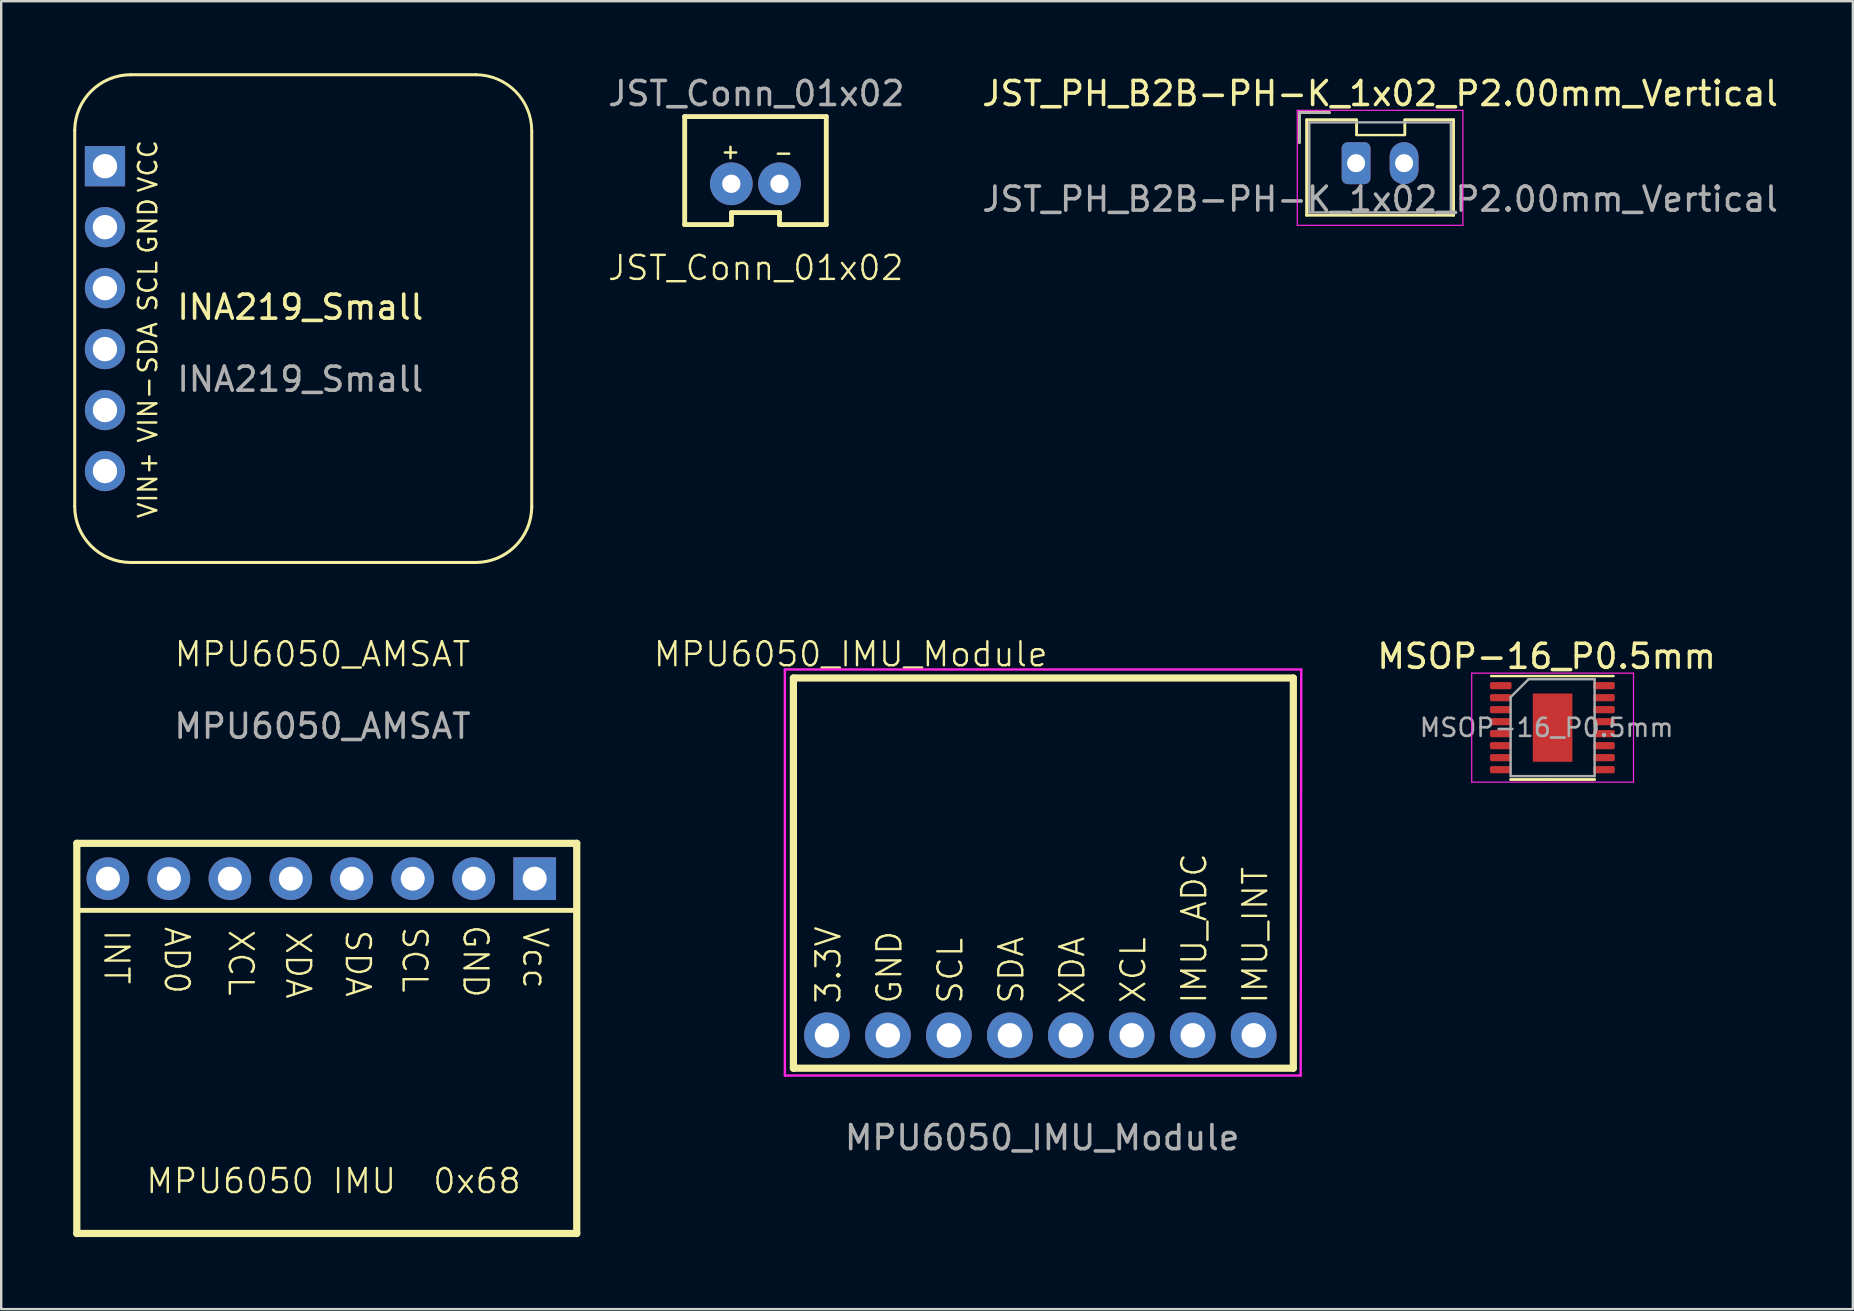
<source format=kicad_pcb>
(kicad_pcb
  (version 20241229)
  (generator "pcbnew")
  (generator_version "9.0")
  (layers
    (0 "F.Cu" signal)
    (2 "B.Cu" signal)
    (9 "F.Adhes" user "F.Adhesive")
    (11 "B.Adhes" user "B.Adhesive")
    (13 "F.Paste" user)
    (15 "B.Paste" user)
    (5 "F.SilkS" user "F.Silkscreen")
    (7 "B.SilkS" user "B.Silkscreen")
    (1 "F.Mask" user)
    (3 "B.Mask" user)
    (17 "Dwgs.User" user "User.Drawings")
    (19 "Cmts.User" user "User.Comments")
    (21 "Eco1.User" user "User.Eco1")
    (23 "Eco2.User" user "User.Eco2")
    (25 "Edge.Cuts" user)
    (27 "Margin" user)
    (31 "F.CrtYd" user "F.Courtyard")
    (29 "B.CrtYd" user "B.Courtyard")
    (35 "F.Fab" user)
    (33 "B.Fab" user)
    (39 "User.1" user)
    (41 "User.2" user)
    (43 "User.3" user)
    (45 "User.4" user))
  (footprint "JST_Conn_01x02"
    (layer "F.Cu")
    (at 28.434 4.607)
    (property "Reference" "JST_Conn_01x02" (at 0 3.505 0) (unlocked yes) (layer "F.SilkS") (effects (font (size 1 1) (thickness 0.1))))
    (attr through_hole)
    (fp_line (start -2.959 -2.8) (end 2.941 -2.8) (stroke (width 0.203) (type solid)) (layer "F.SilkS"))
    (fp_line (start -2.959 1.7) (end -2.959 -2.8) (stroke (width 0.203) (type solid)) (layer "F.SilkS"))
    (fp_line (start -1.288 -1.304) (end -0.814 -1.304) (stroke (width 0.102) (type solid)) (layer "F.SilkS"))
    (fp_line (start -1.051 -1.541) (end -1.051 -1.067) (stroke (width 0.102) (type solid)) (layer "F.SilkS"))
    (fp_line (start -1.009 1.2) (end -1.009 1.7) (stroke (width 0.203) (type solid)) (layer "F.SilkS"))
    (fp_line (start -1.009 1.7) (end -2.959 1.7) (stroke (width 0.203) (type solid)) (layer "F.SilkS"))
    (fp_line (start 0.922 -1.253) (end 1.396 -1.253) (stroke (width 0.102) (type solid)) (layer "F.SilkS"))
    (fp_line (start 0.991 1.2) (end -1.009 1.2) (stroke (width 0.203) (type solid)) (layer "F.SilkS"))
    (fp_line (start 0.991 1.7) (end 0.991 1.2) (stroke (width 0.203) (type solid)) (layer "F.SilkS"))
    (fp_line (start 2.941 -2.8) (end 2.941 1.7) (stroke (width 0.203) (type solid)) (layer "F.SilkS"))
    (fp_line (start 2.941 1.7) (end 0.991 1.7) (stroke (width 0.203) (type solid)) (layer "F.SilkS"))
    (fp_text user "${REFERENCE}" (at 0.025 -3.759 0) (unlocked yes) (layer "F.Fab") (effects (font (size 1 1) (thickness 0.15))))
    (pad "1" thru_hole circle (at -1.016 0) (size 1.778 1.778) (drill 0.762) (layers "*.Cu" "*.Mask"))
    (pad "2" thru_hole circle (at 0.991 0) (size 1.778 1.778) (drill 0.762) (layers "*.Cu" "*.Mask")))
  (footprint "INA219_Small"
    (layer "F.Cu")
    (at 9.461 10.249)
    (property "Reference" "INA219_Small" (at 0 -0.5 0) (unlocked yes) (layer "F.SilkS") (effects (font (size 1 1) (thickness 0.15))))
    (attr through_hole)
    (fp_line (start -9.398 -7.874) (end -9.398 7.798) (stroke (width 0.127) (type solid)) (layer "F.SilkS"))
    (fp_line (start -7.086 10.135) (end 7.306 10.135) (stroke (width 0.127) (type solid)) (layer "F.SilkS"))
    (fp_line (start 7.33 -10.185) (end -7.061 -10.185) (stroke (width 0.127) (type solid)) (layer "F.SilkS"))
    (fp_line (start 9.642 7.849) (end 9.642 -7.849) (stroke (width 0.127) (type solid)) (layer "F.SilkS"))
    (fp_arc (start -9.398 -7.873862) (mid -8.70466 -9.509883) (end -7.0612 -10.1854) (stroke (width 0.127) (type solid)) (layer "F.SilkS"))
    (fp_arc (start -7.086462 10.1346) (mid -8.722483 9.44126) (end -9.398 7.7978) (stroke (width 0.127) (type solid)) (layer "F.SilkS"))
    (fp_arc (start 7.330179 -10.1854) (mid 8.9662 -9.49206) (end 9.641717 -7.8486) (stroke (width 0.12) (type solid)) (layer "F.SilkS"))
    (fp_arc (start 9.642475 7.823062) (mid 8.949135 9.459083) (end 7.305675 10.1346) (stroke (width 0.127) (type solid)) (layer "F.SilkS"))
    (fp_text user "VIN-" (at -6.35 3.759 90) (unlocked yes) (layer "F.SilkS") (effects (font (size 0.762 0.762) (thickness 0.102))))
    (fp_text user "SCL" (at -6.35 -1.372 90) (unlocked yes) (layer "F.SilkS") (effects (font (size 0.762 0.762) (thickness 0.102))))
    (fp_text user "GND" (at -6.35 -3.886 90) (unlocked yes) (layer "F.SilkS") (effects (font (size 0.762 0.762) (thickness 0.102))))
    (fp_text user "VIN+" (at -6.35 6.909 90) (unlocked yes) (layer "F.SilkS") (effects (font (size 0.762 0.762) (thickness 0.102))))
    (fp_text user "VCC" (at -6.35 -6.375 90) (unlocked yes) (layer "F.SilkS") (effects (font (size 0.762 0.762) (thickness 0.102))))
    (fp_text user "SDA" (at -6.35 1.194 90) (unlocked yes) (layer "F.SilkS") (effects (font (size 0.762 0.762) (thickness 0.102))))
    (fp_text user "${REFERENCE}" (at 0 2.5 0) (unlocked yes) (layer "F.Fab") (effects (font (size 1 1) (thickness 0.15))))
    (pad "1" thru_hole rect (at -8.138 -6.375) (size 1.676 1.676) (drill 1.016) (layers "*.Cu" "*.Mask"))
    (pad "2" thru_hole circle (at -8.138 -3.835) (size 1.676 1.676) (drill 1.016) (layers "*.Cu" "*.Mask"))
    (pad "3" thru_hole circle (at -8.138 -1.295) (size 1.676 1.676) (drill 1.016) (layers "*.Cu" "*.Mask"))
    (pad "4" thru_hole circle (at -8.138 1.245) (size 1.676 1.676) (drill 1.016) (layers "*.Cu" "*.Mask"))
    (pad "5" thru_hole circle (at -8.138 3.785) (size 1.676 1.676) (drill 1.016) (layers "*.Cu" "*.Mask"))
    (pad "6" thru_hole circle (at -8.138 6.325) (size 1.676 1.676) (drill 1.016) (layers "*.Cu" "*.Mask")))
  (footprint "MPU6050_AMSAT"
    (layer "F.Cu")
    (at 10.361 33.532)
    (property "Reference" "MPU6050_AMSAT" (at 0.025 -9.325 0) (unlocked yes) (layer "F.SilkS") (effects (font (size 1 1) (thickness 0.1))))
    (attr through_hole)
    (fp_line (start -10.211 -1.448) (end -10.211 14.808) (stroke (width 0.3) (type solid)) (layer "F.SilkS"))
    (fp_line (start -10.211 14.808) (end 10.617 14.808) (stroke (width 0.3) (type solid)) (layer "F.SilkS"))
    (fp_line (start 10.617 -1.448) (end -10.211 -1.448) (stroke (width 0.3) (type solid)) (layer "F.SilkS"))
    (fp_line (start 10.617 14.808) (end 10.617 -1.448) (stroke (width 0.3) (type solid)) (layer "F.SilkS"))
    (fp_line (start 10.643 1.346) (end -10.16 1.346) (stroke (width 0.203) (type solid)) (layer "F.SilkS"))
    (fp_text user "SDA" (at 0.914 2.083 270) (unlocked yes) (layer "F.SilkS") (effects (font (size 1 1) (thickness 0.1)) (justify left bottom)))
    (fp_text user "XCL" (at -3.962 2.083 270) (unlocked yes) (layer "F.SilkS") (effects (font (size 1 1) (thickness 0.1)) (justify left bottom)))
    (fp_text user "INT" (at -9.144 2.083 270) (unlocked yes) (layer "F.SilkS") (effects (font (size 1 1) (thickness 0.1)) (justify left bottom)))
    (fp_text user "MPU6050 IMU  0x68" (at -7.391 13.208 0) (unlocked yes) (layer "F.SilkS") (effects (font (size 1 1) (thickness 0.1)) (justify left bottom)))
    (fp_text user "SCL" (at 3.277 1.956 270) (unlocked yes) (layer "F.SilkS") (effects (font (size 1 1) (thickness 0.1)) (justify left bottom)))
    (fp_text user "GND" (at 5.817 1.88 270) (unlocked yes) (layer "F.SilkS") (effects (font (size 1 1) (thickness 0.1)) (justify left bottom)))
    (fp_text user "AD0" (at -6.629 1.956 270) (unlocked yes) (layer "F.SilkS") (effects (font (size 1 1) (thickness 0.1)) (justify left bottom)))
    (fp_text user "Vcc" (at 8.306 1.981 270) (unlocked yes) (layer "F.SilkS") (effects (font (size 1 1) (thickness 0.1)) (justify left bottom)))
    (fp_text user "XDA" (at -1.575 2.159 270) (unlocked yes) (layer "F.SilkS") (effects (font (size 1 1) (thickness 0.1)) (justify left bottom)))
    (fp_text user "${REFERENCE}" (at 0.025 -6.325 0) (unlocked yes) (layer "F.Fab") (effects (font (size 1 1) (thickness 0.15))))
    (pad "1" thru_hole rect (at 8.865 0.025) (size 1.778 1.778) (drill 1) (layers "*.Cu" "*.Mask"))
    (pad "2" thru_hole circle (at 6.325 0.025) (size 1.778 1.778) (drill 1) (layers "*.Cu" "*.Mask"))
    (pad "3" thru_hole circle (at 3.785 0.025) (size 1.778 1.778) (drill 1) (layers "*.Cu" "*.Mask"))
    (pad "4" thru_hole circle (at 1.245 0.025) (size 1.778 1.778) (drill 1) (layers "*.Cu" "*.Mask"))
    (pad "5" thru_hole circle (at -1.295 0.025) (size 1.778 1.778) (drill 1) (layers "*.Cu" "*.Mask"))
    (pad "6" thru_hole circle (at -3.835 0.025) (size 1.778 1.778) (drill 1) (layers "*.Cu" "*.Mask"))
    (pad "7" thru_hole circle (at -6.375 0.025) (size 1.778 1.778) (drill 1) (layers "*.Cu" "*.Mask"))
    (pad "8" thru_hole circle (at -8.915 0.025) (size 1.778 1.778) (drill 1) (layers "*.Cu" "*.Mask")))
  (footprint "MPU6050_IMU_Module"
    (layer "F.Cu")
    (at 40.292 33.402)
    (property "Reference" "MPU6050_IMU_Module" (at -7.899 -9.195 0) (unlocked yes) (layer "F.SilkS") (effects (font (size 1 1) (thickness 0.1))))
    (attr through_hole)
    (fp_line (start -10.287 -8.204) (end -10.287 8.052) (stroke (width 0.3) (type solid)) (layer "F.SilkS"))
    (fp_line (start -10.287 8.052) (end 10.541 8.052) (stroke (width 0.3) (type solid)) (layer "F.SilkS"))
    (fp_line (start 10.541 -8.204) (end -10.287 -8.204) (stroke (width 0.3) (type solid)) (layer "F.SilkS"))
    (fp_line (start 10.541 8.052) (end 10.541 -8.204) (stroke (width 0.3) (type solid)) (layer "F.SilkS"))
    (fp_line (start -10.643 -8.56) (end 10.871 -8.56) (stroke (width 0.1) (type default)) (layer "F.CrtYd"))
    (fp_line (start -10.643 8.357) (end -10.643 -8.56) (stroke (width 0.1) (type default)) (layer "F.CrtYd"))
    (fp_line (start 10.846 8.357) (end -10.643 8.357) (stroke (width 0.1) (type default)) (layer "F.CrtYd"))
    (fp_line (start 10.871 -8.56) (end 10.846 8.357) (stroke (width 0.1) (type default)) (layer "F.CrtYd"))
    (fp_text user "IMU_ADC" (at 6.995 5.436 90) (unlocked yes) (layer "F.SilkS") (effects (font (size 1 1) (thickness 0.1)) (justify left bottom)))
    (fp_text user "SDA" (at -0.625 5.436 90) (unlocked yes) (layer "F.SilkS") (effects (font (size 1 1) (thickness 0.1)) (justify left bottom)))
    (fp_text user "XDA" (at 1.915 5.436 90) (unlocked yes) (layer "F.SilkS") (effects (font (size 1 1) (thickness 0.1)) (justify left bottom)))
    (fp_text user "XCL" (at 4.455 5.41 90) (unlocked yes) (layer "F.SilkS") (effects (font (size 1 1) (thickness 0.1)) (justify left bottom)))
    (fp_text user "GND" (at -5.705 5.436 90) (unlocked yes) (layer "F.SilkS") (effects (font (size 1 1) (thickness 0.1)) (justify left bottom)))
    (fp_text user "SCL" (at -3.165 5.436 90) (unlocked yes) (layer "F.SilkS") (effects (font (size 1 1) (thickness 0.1)) (justify left bottom)))
    (fp_text user "IMU_INT" (at 9.535 5.436 90) (unlocked yes) (layer "F.SilkS") (effects (font (size 1 1) (thickness 0.1)) (justify left bottom)))
    (fp_text user "3.3V" (at -8.245 5.436 90) (unlocked yes) (layer "F.SilkS") (effects (font (size 1 1) (thickness 0.1)) (justify left bottom)))
    (fp_text user "${REFERENCE}" (at 0.076 10.947 0) (unlocked yes) (layer "F.Fab") (effects (font (size 1 1) (thickness 0.15))))
    (pad "1" thru_hole circle (at 8.89 6.68) (size 1.905 1.905) (drill 1.016) (layers "*.Cu" "*.Mask"))
    (pad "2" thru_hole circle (at 6.35 6.68) (size 1.905 1.905) (drill 1.016) (layers "*.Cu" "*.Mask"))
    (pad "3" thru_hole circle (at 3.81 6.68) (size 1.905 1.905) (drill 1.016) (layers "*.Cu" "*.Mask"))
    (pad "4" thru_hole circle (at 1.27 6.68) (size 1.905 1.905) (drill 1.016) (layers "*.Cu" "*.Mask"))
    (pad "5" thru_hole circle (at -1.27 6.68) (size 1.905 1.905) (drill 1.016) (layers "*.Cu" "*.Mask"))
    (pad "6" thru_hole circle (at -3.81 6.68) (size 1.905 1.905) (drill 1.016) (layers "*.Cu" "*.Mask"))
    (pad "7" thru_hole circle (at -6.35 6.68) (size 1.905 1.905) (drill 1.016) (layers "*.Cu" "*.Mask"))
    (pad "8" thru_hole circle (at -8.89 6.68) (size 1.905 1.905) (drill 1.016) (layers "*.Cu" "*.Mask")))
  (footprint "JST_PH_B2B-PH-K_1x02_P2.00mm_Vertical"
    (layer "F.Cu")
    (at 53.447 3.748)
    (property "Reference" "JST_PH_B2B-PH-K_1x02_P2.00mm_Vertical" (at 1 -2.9 180) (layer "F.SilkS") (effects (font (size 1 1) (thickness 0.15))))
    (attr through_hole)
    (fp_line (start -2.36 -2.11) (end -2.36 -0.86) (stroke (width 0.12) (type solid)) (layer "F.SilkS"))
    (fp_line (start -2.06 -1.81) (end -2.06 2.17) (stroke (width 0.12) (type solid)) (layer "F.SilkS"))
    (fp_line (start -2.06 -1.81) (end 0.02 -1.81) (stroke (width 0.12) (type default)) (layer "F.SilkS"))
    (fp_line (start -2.06 2.17) (end 4.06 2.17) (stroke (width 0.12) (type solid)) (layer "F.SilkS"))
    (fp_line (start -1.11 -2.11) (end -2.36 -2.11) (stroke (width 0.12) (type solid)) (layer "F.SilkS"))
    (fp_line (start 0.015 -1.17) (end 2.025 -1.17) (stroke (width 0.1) (type default)) (layer "F.SilkS"))
    (fp_line (start 0.02 -1.795) (end 0.02 -1.185) (stroke (width 0.12) (type solid)) (layer "F.SilkS"))
    (fp_line (start 2.03 -1.81) (end 4.06 -1.81) (stroke (width 0.12) (type default)) (layer "F.SilkS"))
    (fp_line (start 2.03 -1.185) (end 2.03 -1.795) (stroke (width 0.12) (type solid)) (layer "F.SilkS"))
    (fp_line (start 4.06 2.17) (end 4.06 -1.81) (stroke (width 0.12) (type solid)) (layer "F.SilkS"))
    (fp_line (start -2.45 -2.2) (end -2.45 2.59) (stroke (width 0.05) (type solid)) (layer "F.CrtYd"))
    (fp_line (start -2.45 2.59) (end 4.45 2.59) (stroke (width 0.05) (type solid)) (layer "F.CrtYd"))
    (fp_line (start 4.45 -2.2) (end -2.45 -2.2) (stroke (width 0.05) (type solid)) (layer "F.CrtYd"))
    (fp_line (start 4.45 2.59) (end 4.45 -2.2) (stroke (width 0.05) (type solid)) (layer "F.CrtYd"))
    (fp_line (start -2.36 -2.11) (end -2.36 -0.86) (stroke (width 0.1) (type solid)) (layer "F.Fab"))
    (fp_line (start -1.95 -1.7) (end -1.95 2.05) (stroke (width 0.1) (type solid)) (layer "F.Fab"))
    (fp_line (start -1.95 2.05) (end 3.95 2.05) (stroke (width 0.1) (type solid)) (layer "F.Fab"))
    (fp_line (start -1.11 -2.11) (end -2.36 -2.11) (stroke (width 0.1) (type solid)) (layer "F.Fab"))
    (fp_line (start 3.95 -1.7) (end -1.95 -1.7) (stroke (width 0.1) (type solid)) (layer "F.Fab"))
    (fp_line (start 3.95 2.05) (end 3.95 -1.7) (stroke (width 0.1) (type solid)) (layer "F.Fab"))
    (fp_text user "${REFERENCE}" (at 1 1.5 180) (layer "F.Fab") (effects (font (size 1 1) (thickness 0.15))))
    (pad "1" thru_hole roundrect (at 0 0) (size 1.2 1.75) (drill 0.75) (layers "*.Cu" "*.Mask") (roundrect_rratio 0.208))
    (pad "2" thru_hole oval (at 2 0) (size 1.2 1.75) (drill 0.75) (layers "*.Cu" "*.Mask")))
  (footprint "MSOP-16_P0.5mm"
    (layer "F.Cu")
    (at 61.385 27.265)
    (property "Reference" "MSOP-16_P0.5mm" (at 0 -2.97 0) (layer "F.SilkS") (effects (font (size 1 1) (thickness 0.15))))
    (attr smd)
    (fp_line (start -2.31 -2.15) (end 2.79 -2.15) (stroke (width 0.1) (type default)) (layer "F.SilkS"))
    (fp_line (start 0 2.16) (end -1.5 2.16) (stroke (width 0.12) (type solid)) (layer "F.SilkS"))
    (fp_line (start 0 2.16) (end 2 2.16) (stroke (width 0.12) (type solid)) (layer "F.SilkS"))
    (fp_line (start -3.12 -2.27) (end -3.12 2.27) (stroke (width 0.05) (type solid)) (layer "F.CrtYd"))
    (fp_line (start -3.12 2.27) (end 3.62 2.27) (stroke (width 0.05) (type solid)) (layer "F.CrtYd"))
    (fp_line (start 3.62 -2.27) (end -3.12 -2.27) (stroke (width 0.05) (type solid)) (layer "F.CrtYd"))
    (fp_line (start 3.62 2.27) (end 3.62 -2.27) (stroke (width 0.05) (type solid)) (layer "F.CrtYd"))
    (fp_line (start -1.5 -1.27) (end -0.75 -2.019) (stroke (width 0.1) (type solid)) (layer "F.Fab"))
    (fp_line (start -1.5 2.019) (end -1.5 -1.27) (stroke (width 0.1) (type solid)) (layer "F.Fab"))
    (fp_line (start -0.75 -2.019) (end 2 -2.019) (stroke (width 0.1) (type solid)) (layer "F.Fab"))
    (fp_line (start 2 -2.019) (end 2 2.019) (stroke (width 0.1) (type solid)) (layer "F.Fab"))
    (fp_line (start 2 2.019) (end -1.5 2.019) (stroke (width 0.1) (type solid)) (layer "F.Fab"))
    (fp_text user "${REFERENCE}" (at 0 0 0) (layer "F.Fab") (effects (font (size 0.75 0.75) (thickness 0.11))))
    (pad "" smd roundrect (at -0.165 -0.71) (size 0.69 1.19) (layers "F.Paste") (roundrect_rratio 0.25))
    (pad "" smd roundrect (at -0.165 0.71) (size 0.69 1.19) (layers "F.Paste") (roundrect_rratio 0.25))
    (pad "" smd roundrect (at 0.665 -0.71) (size 0.69 1.19) (layers "F.Paste") (roundrect_rratio 0.25))
    (pad "" smd roundrect (at 0.665 0.71) (size 0.69 1.19) (layers "F.Paste") (roundrect_rratio 0.25))
    (pad "1" smd roundrect (at -1.91 -1.75) (size 0.9 0.3) (layers "F.Cu" "F.Mask" "F.Paste") (roundrect_rratio 0.25))
    (pad "2" smd roundrect (at -1.91 -1.25) (size 0.9 0.3) (layers "F.Cu" "F.Mask" "F.Paste") (roundrect_rratio 0.25))
    (pad "3" smd roundrect (at -1.91 -0.75) (size 0.9 0.3) (layers "F.Cu" "F.Mask" "F.Paste") (roundrect_rratio 0.25))
    (pad "4" smd roundrect (at -1.91 -0.25) (size 0.9 0.3) (layers "F.Cu" "F.Mask" "F.Paste") (roundrect_rratio 0.25))
    (pad "5" smd roundrect (at -1.91 0.25) (size 0.9 0.3) (layers "F.Cu" "F.Mask" "F.Paste") (roundrect_rratio 0.25))
    (pad "6" smd roundrect (at -1.91 0.75) (size 0.9 0.3) (layers "F.Cu" "F.Mask" "F.Paste") (roundrect_rratio 0.25))
    (pad "7" smd roundrect (at -1.91 1.25) (size 0.9 0.3) (layers "F.Cu" "F.Mask" "F.Paste") (roundrect_rratio 0.25))
    (pad "8" smd roundrect (at -1.91 1.75) (size 0.9 0.3) (layers "F.Cu" "F.Mask" "F.Paste") (roundrect_rratio 0.25))
    (pad "9" smd roundrect (at 2.39 1.75) (size 0.9 0.3) (layers "F.Cu" "F.Mask" "F.Paste") (roundrect_rratio 0.25))
    (pad "10" smd roundrect (at 2.39 1.25) (size 0.9 0.3) (layers "F.Cu" "F.Mask" "F.Paste") (roundrect_rratio 0.25))
    (pad "11" smd roundrect (at 2.39 0.75) (size 0.9 0.3) (layers "F.Cu" "F.Mask" "F.Paste") (roundrect_rratio 0.25))
    (pad "12" smd roundrect (at 2.39 0.25) (size 0.9 0.3) (layers "F.Cu" "F.Mask" "F.Paste") (roundrect_rratio 0.25))
    (pad "13" smd roundrect (at 2.39 -0.25) (size 0.9 0.3) (layers "F.Cu" "F.Mask" "F.Paste") (roundrect_rratio 0.25))
    (pad "14" smd roundrect (at 2.39 -0.75) (size 0.9 0.3) (layers "F.Cu" "F.Mask" "F.Paste") (roundrect_rratio 0.25))
    (pad "15" smd roundrect (at 2.39 -1.25) (size 0.9 0.3) (layers "F.Cu" "F.Mask" "F.Paste") (roundrect_rratio 0.25))
    (pad "16" smd roundrect (at 2.39 -1.75) (size 0.9 0.3) (layers "F.Cu" "F.Mask" "F.Paste") (roundrect_rratio 0.25))
    (pad "17" smd rect (at 0.25 0) (size 1.651 2.845) (layers "F.Cu" "F.Mask")))
  (gr_rect
    (start -3 -3)
    (end 74.144 51.49)
    (stroke (width 0.1) (type default))
    (fill no)
    (layer "Edge.Cuts")))
</source>
